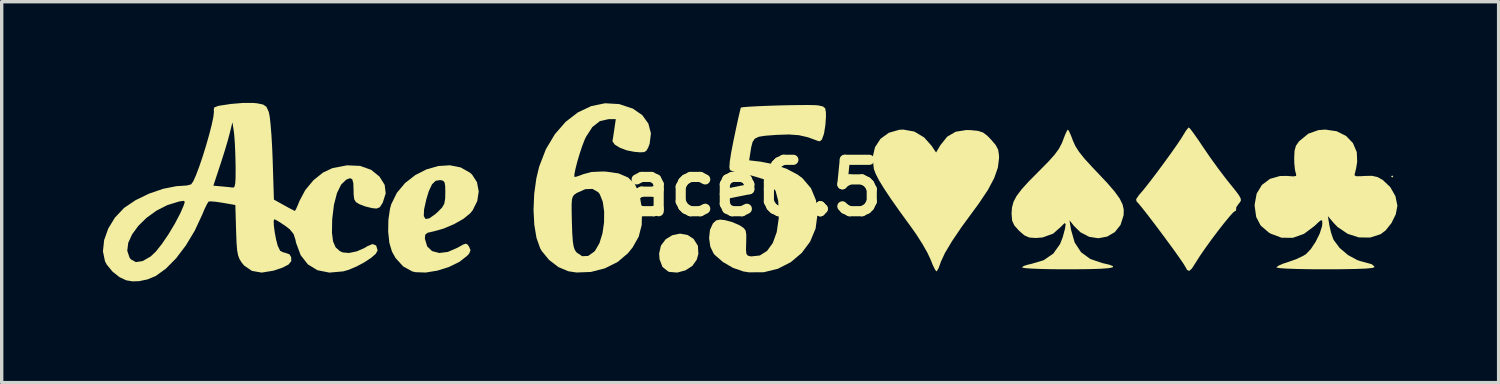
<source format=kicad_pcb>
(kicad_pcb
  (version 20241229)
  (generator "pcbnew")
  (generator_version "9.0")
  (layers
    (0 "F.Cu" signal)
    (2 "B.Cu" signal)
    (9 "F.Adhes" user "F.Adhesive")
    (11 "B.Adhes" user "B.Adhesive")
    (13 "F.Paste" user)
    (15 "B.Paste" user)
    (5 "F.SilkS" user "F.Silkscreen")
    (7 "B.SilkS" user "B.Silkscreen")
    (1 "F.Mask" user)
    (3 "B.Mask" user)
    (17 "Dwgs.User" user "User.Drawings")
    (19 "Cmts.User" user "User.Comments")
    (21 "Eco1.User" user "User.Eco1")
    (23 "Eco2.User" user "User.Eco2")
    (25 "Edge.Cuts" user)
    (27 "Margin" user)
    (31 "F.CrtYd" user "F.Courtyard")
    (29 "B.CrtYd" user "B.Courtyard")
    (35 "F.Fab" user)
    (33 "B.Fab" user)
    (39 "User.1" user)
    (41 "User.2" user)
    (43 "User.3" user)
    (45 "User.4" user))
  (footprint "ace6.5"
    (layer "F.Cu")
    (at 19.263 2.52)
    (property "Reference" "ace6.5" (at 0 0 0) (layer "F.SilkS") (effects (font (size 1.524 1.524) (thickness 0.3))))
    (attr board_only exclude_from_pos_files exclude_from_bom)
    (fp_poly (pts (xy 18.973 -0.34) (xy 18.942 -0.309) (xy 18.911 -0.34) (xy 18.942 -0.371)) (stroke (width 0) (type solid)) (fill yes) (layer "F.SilkS"))
    (fp_poly (pts (xy -1.935 1.394) (xy -1.759 1.511) (xy -1.632 1.713) (xy -1.618 1.955) (xy -1.666 2.125) (xy -1.796 2.309) (xy -2.002 2.442) (xy -2.243 2.507) (xy -2.477 2.488) (xy -2.514 2.474) (xy -2.682 2.34) (xy -2.768 2.113) (xy -2.781 1.946) (xy -2.728 1.709) (xy -2.588 1.522) (xy -2.39 1.4) (xy -2.162 1.353)) (stroke (width 0) (type solid)) (fill yes) (layer "F.SilkS"))
    (fp_poly (pts (xy 4.782 -1.671) (xy 5.072 -1.498) (xy 5.292 -1.25) (xy 5.426 -1.051) (xy 5.553 -1.266) (xy 5.755 -1.519) (xy 6.006 -1.666) (xy 6.323 -1.717) (xy 6.451 -1.714) (xy 6.668 -1.692) (xy 6.814 -1.645) (xy 6.943 -1.549) (xy 7.054 -1.435) (xy 7.196 -1.268) (xy 7.267 -1.129) (xy 7.291 -0.963) (xy 7.292 -0.883) (xy 7.257 -0.603) (xy 7.149 -0.294) (xy 6.962 0.059) (xy 6.687 0.469) (xy 6.556 0.647) (xy 6.185 1.153) (xy 5.896 1.58) (xy 5.689 1.927) (xy 5.567 2.189) (xy 5.552 2.236) (xy 5.497 2.384) (xy 5.448 2.466) (xy 5.437 2.472) (xy 5.394 2.419) (xy 5.327 2.281) (xy 5.262 2.117) (xy 5.169 1.919) (xy 5.022 1.661) (xy 4.843 1.38) (xy 4.698 1.174) (xy 4.357 0.705) (xy 4.087 0.322) (xy 3.882 0.014) (xy 3.733 -0.23) (xy 3.636 -0.42) (xy 3.582 -0.564) (xy 3.546 -0.904) (xy 3.616 -1.207) (xy 3.78 -1.457) (xy 4.025 -1.635) (xy 4.337 -1.724) (xy 4.456 -1.73)) (stroke (width 0) (type solid)) (fill yes) (layer "F.SilkS"))
    (fp_poly (pts (xy 12.964 -1.744) (xy 13.063 -1.612) (xy 13.199 -1.419) (xy 13.332 -1.221) (xy 13.542 -0.914) (xy 13.784 -0.579) (xy 14.018 -0.27) (xy 14.11 -0.155) (xy 14.29 0.068) (xy 14.401 0.216) (xy 14.453 0.312) (xy 14.458 0.378) (xy 14.423 0.434) (xy 14.393 0.468) (xy 14.321 0.573) (xy 14.317 0.638) (xy 14.312 0.677) (xy 14.289 0.68) (xy 14.229 0.727) (xy 14.113 0.856) (xy 13.958 1.045) (xy 13.778 1.275) (xy 13.59 1.525) (xy 13.409 1.776) (xy 13.25 2.006) (xy 13.129 2.196) (xy 13.121 2.209) (xy 13.008 2.386) (xy 12.929 2.458) (xy 12.867 2.432) (xy 12.811 2.333) (xy 12.753 2.238) (xy 12.637 2.069) (xy 12.478 1.845) (xy 12.289 1.587) (xy 12.086 1.313) (xy 11.883 1.043) (xy 11.695 0.797) (xy 11.536 0.595) (xy 11.421 0.455) (xy 11.366 0.398) (xy 11.356 0.329) (xy 11.442 0.205) (xy 11.453 0.194) (xy 11.572 0.055) (xy 11.742 -0.16) (xy 11.943 -0.423) (xy 12.157 -0.711) (xy 12.364 -0.996) (xy 12.546 -1.253) (xy 12.684 -1.458) (xy 12.744 -1.555) (xy 12.833 -1.699) (xy 12.9 -1.783) (xy 12.916 -1.792)) (stroke (width 0) (type solid)) (fill yes) (layer "F.SilkS"))
    (fp_poly (pts (xy -8.66 -0.608) (xy -8.384 -0.451) (xy -8.325 -0.398) (xy -8.178 -0.17) (xy -8.127 0.104) (xy -8.171 0.391) (xy -8.307 0.662) (xy -8.384 0.756) (xy -8.584 0.917) (xy -8.862 1.074) (xy -9.172 1.205) (xy -9.471 1.289) (xy -9.486 1.291) (xy -9.644 1.328) (xy -9.712 1.384) (xy -9.722 1.489) (xy -9.72 1.513) (xy -9.655 1.731) (xy -9.508 1.871) (xy -9.297 1.927) (xy -9.04 1.895) (xy -8.757 1.772) (xy -8.598 1.682) (xy -8.51 1.651) (xy -8.457 1.677) (xy -8.412 1.741) (xy -8.37 1.846) (xy -8.408 1.941) (xy -8.465 2.006) (xy -8.698 2.189) (xy -9.008 2.341) (xy -9.353 2.45) (xy -9.697 2.506) (xy -9.999 2.496) (xy -10.097 2.473) (xy -10.364 2.326) (xy -10.59 2.078) (xy -10.698 1.885) (xy -10.775 1.625) (xy -10.81 1.295) (xy -10.804 0.942) (xy -10.788 0.833) (xy -9.755 0.833) (xy -9.703 0.92) (xy -9.591 0.901) (xy -9.417 0.778) (xy -9.348 0.717) (xy -9.218 0.587) (xy -9.149 0.473) (xy -9.122 0.324) (xy -9.117 0.146) (xy -9.12 -0.058) (xy -9.14 -0.168) (xy -9.188 -0.217) (xy -9.27 -0.234) (xy -9.402 -0.213) (xy -9.51 -0.109) (xy -9.606 0.094) (xy -9.68 0.339) (xy -9.747 0.64) (xy -9.755 0.833) (xy -10.788 0.833) (xy -10.756 0.614) (xy -10.719 0.482) (xy -10.552 0.143) (xy -10.309 -0.146) (xy -10.01 -0.38) (xy -9.676 -0.55) (xy -9.326 -0.65) (xy -8.98 -0.672)) (stroke (width 0) (type solid)) (fill yes) (layer "F.SilkS"))
    (fp_poly (pts (xy 9.369 -1.677) (xy 9.429 -1.541) (xy 9.478 -1.411) (xy 9.551 -1.246) (xy 9.663 -1.07) (xy 9.829 -0.863) (xy 10.066 -0.604) (xy 10.195 -0.469) (xy 10.498 -0.148) (xy 10.718 0.107) (xy 10.867 0.314) (xy 10.953 0.489) (xy 10.988 0.649) (xy 10.983 0.809) (xy 10.892 1.096) (xy 10.722 1.309) (xy 10.496 1.441) (xy 10.235 1.49) (xy 9.963 1.448) (xy 9.703 1.312) (xy 9.516 1.129) (xy 9.379 0.958) (xy 9.425 1.236) (xy 9.533 1.616) (xy 9.723 1.905) (xy 9.998 2.106) (xy 10.351 2.225) (xy 10.563 2.275) (xy 10.668 2.317) (xy 10.663 2.35) (xy 10.546 2.376) (xy 10.313 2.394) (xy 9.963 2.405) (xy 9.493 2.41) (xy 9.332 2.41) (xy 8.916 2.408) (xy 8.558 2.401) (xy 8.271 2.39) (xy 8.073 2.376) (xy 7.978 2.359) (xy 7.972 2.354) (xy 8.027 2.31) (xy 8.165 2.268) (xy 8.235 2.254) (xy 8.612 2.142) (xy 8.899 1.945) (xy 9.101 1.661) (xy 9.179 1.459) (xy 9.246 1.21) (xy 9.266 1.072) (xy 9.238 1.039) (xy 9.163 1.11) (xy 9.141 1.136) (xy 8.896 1.353) (xy 8.585 1.466) (xy 8.379 1.483) (xy 8.187 1.468) (xy 8.043 1.405) (xy 7.886 1.269) (xy 7.882 1.265) (xy 7.744 1.109) (xy 7.68 0.967) (xy 7.664 0.778) (xy 7.663 0.755) (xy 7.676 0.576) (xy 7.721 0.41) (xy 7.811 0.239) (xy 7.958 0.044) (xy 8.173 -0.194) (xy 8.47 -0.493) (xy 8.492 -0.515) (xy 8.753 -0.779) (xy 8.938 -0.986) (xy 9.064 -1.158) (xy 9.15 -1.319) (xy 9.184 -1.406) (xy 9.252 -1.583) (xy 9.308 -1.701) (xy 9.332 -1.73)) (stroke (width 0) (type solid)) (fill yes) (layer "F.SilkS"))
    (fp_poly (pts (xy 17.296 -1.681) (xy 17.575 -1.542) (xy 17.779 -1.33) (xy 17.893 -1.062) (xy 17.905 -0.782) (xy 17.876 -0.595) (xy 17.842 -0.451) (xy 17.834 -0.427) (xy 17.827 -0.372) (xy 17.883 -0.347) (xy 18.027 -0.349) (xy 18.12 -0.356) (xy 18.345 -0.36) (xy 18.511 -0.322) (xy 18.664 -0.236) (xy 18.885 -0.026) (xy 19.038 0.242) (xy 19.096 0.524) (xy 19.096 0.531) (xy 19.048 0.781) (xy 18.921 1.04) (xy 18.746 1.26) (xy 18.601 1.369) (xy 18.288 1.47) (xy 17.953 1.465) (xy 17.624 1.359) (xy 17.327 1.16) (xy 17.209 1.038) (xy 17.037 0.834) (xy 17.08 1.103) (xy 17.128 1.316) (xy 17.193 1.507) (xy 17.21 1.542) (xy 17.384 1.777) (xy 17.633 1.988) (xy 17.909 2.138) (xy 17.998 2.167) (xy 18.178 2.216) (xy 18.312 2.253) (xy 18.339 2.261) (xy 18.411 2.322) (xy 18.417 2.346) (xy 18.355 2.37) (xy 18.172 2.388) (xy 17.869 2.4) (xy 17.448 2.408) (xy 16.964 2.41) (xy 16.518 2.408) (xy 16.138 2.401) (xy 15.836 2.391) (xy 15.626 2.377) (xy 15.521 2.36) (xy 15.512 2.353) (xy 15.566 2.306) (xy 15.707 2.244) (xy 15.86 2.194) (xy 16.088 2.114) (xy 16.294 2.018) (xy 16.386 1.962) (xy 16.531 1.811) (xy 16.675 1.593) (xy 16.794 1.353) (xy 16.863 1.136) (xy 16.872 1.057) (xy 16.867 0.971) (xy 16.839 0.952) (xy 16.766 1.007) (xy 16.64 1.127) (xy 16.328 1.36) (xy 15.999 1.477) (xy 15.666 1.475) (xy 15.339 1.353) (xy 15.28 1.316) (xy 15.045 1.113) (xy 14.912 0.86) (xy 14.867 0.535) (xy 14.867 0.489) (xy 14.926 0.167) (xy 15.082 -0.09) (xy 15.319 -0.269) (xy 15.62 -0.355) (xy 15.834 -0.356) (xy 16.012 -0.343) (xy 16.092 -0.356) (xy 16.098 -0.401) (xy 16.088 -0.426) (xy 16.06 -0.541) (xy 16.042 -0.73) (xy 16.038 -0.876) (xy 16.048 -1.1) (xy 16.09 -1.251) (xy 16.177 -1.376) (xy 16.192 -1.391) (xy 16.456 -1.608) (xy 16.754 -1.714) (xy 16.959 -1.73)) (stroke (width 0) (type solid)) (fill yes) (layer "F.SilkS"))
    (fp_poly (pts (xy -3.965 -2.486) (xy -3.557 -2.35) (xy -3.28 -2.158) (xy -3.1 -1.908) (xy -3.024 -1.619) (xy -3.061 -1.313) (xy -3.103 -1.201) (xy -3.155 -1.107) (xy -3.223 -1.063) (xy -3.346 -1.056) (xy -3.517 -1.071) (xy -3.741 -1.115) (xy -3.944 -1.192) (xy -4.094 -1.284) (xy -4.162 -1.378) (xy -4.162 -1.4) (xy -4.147 -1.488) (xy -4.122 -1.651) (xy -4.108 -1.746) (xy -4.065 -2.039) (xy -4.28 -2.039) (xy -4.536 -1.981) (xy -4.759 -1.806) (xy -4.949 -1.513) (xy -4.986 -1.434) (xy -5.059 -1.246) (xy -5.135 -1.018) (xy -5.205 -0.781) (xy -5.26 -0.566) (xy -5.292 -0.405) (xy -5.292 -0.327) (xy -5.291 -0.326) (xy -5.228 -0.336) (xy -5.093 -0.383) (xy -5.034 -0.407) (xy -4.787 -0.473) (xy -4.465 -0.488) (xy -4.359 -0.485) (xy -3.984 -0.432) (xy -3.7 -0.31) (xy -3.497 -0.108) (xy -3.365 0.184) (xy -3.297 0.575) (xy -3.289 0.685) (xy -3.297 1.097) (xy -3.386 1.444) (xy -3.567 1.763) (xy -3.703 1.932) (xy -4.008 2.192) (xy -4.386 2.381) (xy -4.805 2.489) (xy -5.23 2.505) (xy -5.472 2.468) (xy -5.766 2.344) (xy -6.043 2.132) (xy -6.261 1.866) (xy -6.307 1.785) (xy -6.415 1.48) (xy -6.48 1.09) (xy -6.503 0.644) (xy -6.496 0.493) (xy -5.374 0.493) (xy -5.373 0.717) (xy -5.366 1.018) (xy -5.355 1.35) (xy -5.338 1.582) (xy -5.314 1.737) (xy -5.278 1.839) (xy -5.228 1.91) (xy -5.061 2.022) (xy -4.883 2.014) (xy -4.705 1.888) (xy -4.677 1.856) (xy -4.549 1.635) (xy -4.46 1.346) (xy -4.413 1.023) (xy -4.41 0.699) (xy -4.451 0.408) (xy -4.54 0.184) (xy -4.584 0.127) (xy -4.754 0.028) (xy -4.971 0.036) (xy -5.221 0.148) (xy -5.239 0.16) (xy -5.301 0.205) (xy -5.341 0.26) (xy -5.365 0.349) (xy -5.374 0.493) (xy -6.496 0.493) (xy -6.483 0.176) (xy -6.419 -0.286) (xy -6.335 -0.634) (xy -6.135 -1.151) (xy -5.869 -1.595) (xy -5.55 -1.961) (xy -5.187 -2.24) (xy -4.795 -2.425) (xy -4.383 -2.51)) (stroke (width 0) (type solid)) (fill yes) (layer "F.SilkS"))
    (fp_poly (pts (xy 1.847 -2.454) (xy 1.941 -2.446) (xy 2.075 -2.414) (xy 2.14 -2.36) (xy 2.161 -2.245) (xy 2.163 -2.114) (xy 2.147 -1.875) (xy 2.11 -1.639) (xy 2.097 -1.586) (xy 2.042 -1.434) (xy 1.981 -1.383) (xy 1.927 -1.393) (xy 1.631 -1.502) (xy 1.358 -1.564) (xy 1.062 -1.585) (xy 0.695 -1.573) (xy 0.66 -1.57) (xy 0.367 -1.548) (xy 0.174 -1.518) (xy 0.056 -1.462) (xy -0.011 -1.364) (xy -0.052 -1.207) (xy -0.078 -1.043) (xy -0.113 -0.819) (xy 0.22 -0.78) (xy 0.615 -0.701) (xy 0.998 -0.567) (xy 1.325 -0.395) (xy 1.467 -0.288) (xy 1.719 0.008) (xy 1.867 0.364) (xy 1.913 0.773) (xy 1.856 1.202) (xy 1.694 1.591) (xy 1.443 1.927) (xy 1.12 2.199) (xy 0.741 2.393) (xy 0.322 2.497) (xy -0.123 2.5) (xy -0.288 2.473) (xy -0.594 2.367) (xy -0.893 2.192) (xy -1.134 1.982) (xy -1.167 1.942) (xy -1.264 1.739) (xy -1.3 1.488) (xy -1.274 1.241) (xy -1.186 1.05) (xy -1.092 0.962) (xy -0.977 0.937) (xy -0.826 0.954) (xy -0.606 1.014) (xy -0.401 1.104) (xy -0.382 1.115) (xy -0.275 1.187) (xy -0.218 1.262) (xy -0.198 1.379) (xy -0.2 1.575) (xy -0.201 1.621) (xy -0.207 1.832) (xy -0.195 1.95) (xy -0.155 2.004) (xy -0.076 2.025) (xy -0.05 2.028) (xy 0.203 2.001) (xy 0.418 1.865) (xy 0.587 1.631) (xy 0.704 1.309) (xy 0.762 0.909) (xy 0.767 0.773) (xy 0.748 0.381) (xy 0.671 0.089) (xy 0.523 -0.122) (xy 0.289 -0.269) (xy -0.043 -0.367) (xy -0.173 -0.392) (xy -0.399 -0.437) (xy -0.58 -0.486) (xy -0.677 -0.529) (xy -0.68 -0.531) (xy -0.699 -0.607) (xy -0.688 -0.775) (xy -0.647 -1.042) (xy -0.574 -1.419) (xy -0.561 -1.48) (xy -0.495 -1.793) (xy -0.437 -2.06) (xy -0.391 -2.258) (xy -0.364 -2.367) (xy -0.359 -2.381) (xy -0.287 -2.394) (xy -0.116 -2.408) (xy 0.131 -2.422) (xy 0.429 -2.434) (xy 0.755 -2.445) (xy 1.083 -2.453) (xy 1.391 -2.457) (xy 1.653 -2.458)) (stroke (width 0) (type solid)) (fill yes) (layer "F.SilkS"))
    (fp_poly (pts (xy -14.688 -2.508) (xy -14.514 -2.471) (xy -14.418 -2.404) (xy -14.357 -2.273) (xy -14.345 -2.238) (xy -14.319 -2.104) (xy -14.294 -1.87) (xy -14.269 -1.562) (xy -14.248 -1.202) (xy -14.233 -0.832) (xy -14.196 0.345) (xy -13.896 0.512) (xy -13.728 0.604) (xy -13.609 0.665) (xy -13.574 0.68) (xy -13.541 0.628) (xy -13.482 0.494) (xy -13.44 0.388) (xy -13.268 0.064) (xy -13.025 -0.228) (xy -12.741 -0.457) (xy -12.464 -0.587) (xy -12.029 -0.671) (xy -11.642 -0.654) (xy -11.314 -0.537) (xy -11.067 -0.336) (xy -10.914 -0.092) (xy -10.883 0.16) (xy -10.971 0.435) (xy -10.975 0.443) (xy -11.058 0.571) (xy -11.156 0.61) (xy -11.282 0.598) (xy -11.487 0.548) (xy -11.663 0.481) (xy -11.766 0.418) (xy -11.817 0.332) (xy -11.834 0.182) (xy -11.835 0.081) (xy -11.843 -0.143) (xy -11.876 -0.261) (xy -11.945 -0.289) (xy -12.052 -0.247) (xy -12.204 -0.1) (xy -12.328 0.153) (xy -12.417 0.499) (xy -12.468 0.922) (xy -12.47 0.971) (xy -12.476 1.328) (xy -12.443 1.585) (xy -12.367 1.76) (xy -12.241 1.872) (xy -12.157 1.91) (xy -11.974 1.927) (xy -11.742 1.879) (xy -11.51 1.778) (xy -11.427 1.726) (xy -11.274 1.662) (xy -11.167 1.704) (xy -11.124 1.844) (xy -11.124 1.853) (xy -11.177 1.95) (xy -11.318 2.073) (xy -11.517 2.204) (xy -11.747 2.327) (xy -11.979 2.425) (xy -12.143 2.472) (xy -12.553 2.508) (xy -12.904 2.438) (xy -13.189 2.265) (xy -13.403 1.992) (xy -13.54 1.624) (xy -13.559 1.531) (xy -13.614 1.362) (xy -13.729 1.223) (xy -13.872 1.114) (xy -14.032 1.009) (xy -14.149 0.941) (xy -14.186 0.927) (xy -14.203 0.981) (xy -14.197 1.122) (xy -14.172 1.313) (xy -14.133 1.52) (xy -14.084 1.709) (xy -14.082 1.715) (xy -14.011 1.862) (xy -13.906 1.914) (xy -13.874 1.916) (xy -13.735 1.966) (xy -13.685 2.05) (xy -13.682 2.169) (xy -13.764 2.27) (xy -13.944 2.363) (xy -14.208 2.451) (xy -14.558 2.508) (xy -14.848 2.457) (xy -15.08 2.298) (xy -15.153 2.208) (xy -15.215 2.109) (xy -15.257 1.999) (xy -15.285 1.85) (xy -15.303 1.636) (xy -15.315 1.33) (xy -15.317 1.257) (xy -15.339 0.505) (xy -15.712 0.44) (xy -15.916 0.409) (xy -16.069 0.397) (xy -16.131 0.402) (xy -16.176 0.471) (xy -16.249 0.62) (xy -16.319 0.787) (xy -16.542 1.266) (xy -16.806 1.704) (xy -17.095 2.085) (xy -17.398 2.392) (xy -17.699 2.609) (xy -17.943 2.71) (xy -18.192 2.762) (xy -18.386 2.768) (xy -18.571 2.737) (xy -18.776 2.641) (xy -18.985 2.472) (xy -19.15 2.27) (xy -19.202 2.172) (xy -19.263 1.877) (xy -19.261 1.861) (xy -18.542 1.861) (xy -18.474 2.064) (xy -18.435 2.115) (xy -18.286 2.197) (xy -18.088 2.167) (xy -17.848 2.03) (xy -17.695 1.885) (xy -17.512 1.655) (xy -17.318 1.369) (xy -17.13 1.055) (xy -16.966 0.742) (xy -16.864 0.505) (xy -16.836 0.409) (xy -16.874 0.381) (xy -17.005 0.401) (xy -17.01 0.402) (xy -17.356 0.509) (xy -17.681 0.675) (xy -17.971 0.885) (xy -18.215 1.124) (xy -18.399 1.376) (xy -18.513 1.626) (xy -18.542 1.861) (xy -19.261 1.861) (xy -19.227 1.545) (xy -19.106 1.204) (xy -18.908 0.879) (xy -18.643 0.599) (xy -18.624 0.583) (xy -18.292 0.36) (xy -17.896 0.168) (xy -17.479 0.025) (xy -17.086 -0.053) (xy -16.933 -0.062) (xy -16.857 -0.068) (xy -15.99 -0.068) (xy -15.736 -0.045) (xy -15.555 -0.028) (xy -15.422 -0.013) (xy -15.401 -0.011) (xy -15.366 -0.034) (xy -15.343 -0.128) (xy -15.332 -0.307) (xy -15.331 -0.588) (xy -15.332 -0.695) (xy -15.34 -1.009) (xy -15.353 -1.307) (xy -15.37 -1.55) (xy -15.383 -1.669) (xy -15.425 -1.947) (xy -15.509 -1.607) (xy -15.566 -1.395) (xy -15.65 -1.113) (xy -15.746 -0.808) (xy -15.792 -0.668) (xy -15.99 -0.068) (xy -16.857 -0.068) (xy -16.767 -0.075) (xy -16.653 -0.106) (xy -16.648 -0.109) (xy -16.586 -0.197) (xy -16.504 -0.38) (xy -16.409 -0.633) (xy -16.307 -0.933) (xy -16.207 -1.255) (xy -16.116 -1.573) (xy -16.042 -1.862) (xy -15.991 -2.1) (xy -15.973 -2.259) (xy -15.979 -2.303) (xy -15.968 -2.383) (xy -15.85 -2.431) (xy -15.841 -2.433) (xy -15.478 -2.489) (xy -15.12 -2.519) (xy -14.811 -2.52)) (stroke (width 0) (type solid)) (fill yes) (layer "F.SilkS")))
  (gr_rect
    (start -3 -3)
    (end 41.359 8.288)
    (stroke (width 0.1) (type default))
    (fill no)
    (layer "Edge.Cuts")))
</source>
